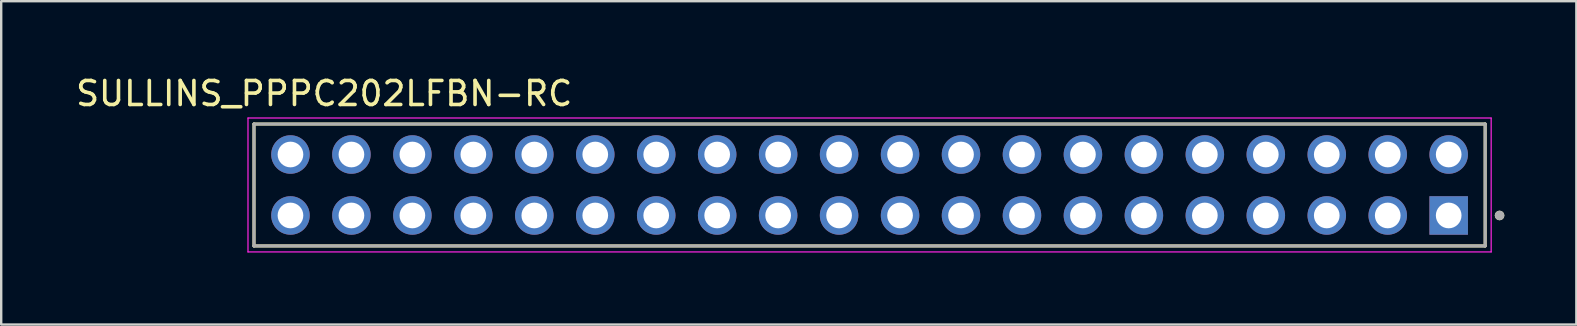
<source format=kicad_pcb>
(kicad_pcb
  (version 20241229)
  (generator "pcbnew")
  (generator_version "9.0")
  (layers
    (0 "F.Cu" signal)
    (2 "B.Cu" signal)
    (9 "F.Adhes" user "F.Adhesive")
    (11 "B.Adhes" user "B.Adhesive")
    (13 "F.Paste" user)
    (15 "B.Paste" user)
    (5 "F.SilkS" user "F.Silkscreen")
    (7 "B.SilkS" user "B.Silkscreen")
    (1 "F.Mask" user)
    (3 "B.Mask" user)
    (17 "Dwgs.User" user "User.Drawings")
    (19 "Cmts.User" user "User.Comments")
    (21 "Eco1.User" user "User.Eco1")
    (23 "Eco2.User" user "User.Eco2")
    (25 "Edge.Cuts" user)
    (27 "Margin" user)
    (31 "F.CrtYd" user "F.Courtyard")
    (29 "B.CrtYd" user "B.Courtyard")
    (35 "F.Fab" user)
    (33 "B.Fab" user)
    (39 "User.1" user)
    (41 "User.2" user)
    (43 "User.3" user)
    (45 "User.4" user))
  (footprint "SULLINS_PPPC202LFBN-RC"
    (layer "F.Cu")
    (at 33.183 4.658)
    (property "Reference" "SULLINS_PPPC202LFBN-RC" (at -22.725 -3.81 0) (layer "F.SilkS") (effects (font (size 1 1) (thickness 0.15))))
    (attr through_hole)
    (fp_line (start -25.65 -2.54) (end 25.65 -2.54) (stroke (width 0.127) (type solid)) (layer "F.SilkS"))
    (fp_line (start -25.65 2.54) (end -25.65 -2.54) (stroke (width 0.127) (type solid)) (layer "F.SilkS"))
    (fp_line (start 25.65 -2.54) (end 25.65 2.54) (stroke (width 0.127) (type solid)) (layer "F.SilkS"))
    (fp_line (start 25.65 2.54) (end -25.65 2.54) (stroke (width 0.127) (type solid)) (layer "F.SilkS"))
    (fp_circle (center 26.25 1.27) (end 26.35 1.27) (stroke (width 0.2) (type solid)) (fill no) (layer "F.SilkS"))
    (fp_line (start -25.9 -2.79) (end 25.9 -2.79) (stroke (width 0.05) (type solid)) (layer "F.CrtYd"))
    (fp_line (start -25.9 2.79) (end -25.9 -2.79) (stroke (width 0.05) (type solid)) (layer "F.CrtYd"))
    (fp_line (start 25.9 -2.79) (end 25.9 2.79) (stroke (width 0.05) (type solid)) (layer "F.CrtYd"))
    (fp_line (start 25.9 2.79) (end -25.9 2.79) (stroke (width 0.05) (type solid)) (layer "F.CrtYd"))
    (fp_line (start -25.65 -2.54) (end 25.65 -2.54) (stroke (width 0.127) (type solid)) (layer "F.Fab"))
    (fp_line (start -25.65 2.54) (end -25.65 -2.54) (stroke (width 0.127) (type solid)) (layer "F.Fab"))
    (fp_line (start 25.65 -2.54) (end 25.65 2.54) (stroke (width 0.127) (type solid)) (layer "F.Fab"))
    (fp_line (start 25.65 2.54) (end -25.65 2.54) (stroke (width 0.127) (type solid)) (layer "F.Fab"))
    (fp_circle (center 26.25 1.27) (end 26.35 1.27) (stroke (width 0.2) (type solid)) (fill no) (layer "F.Fab"))
    (pad "1" thru_hole rect (at 24.13 1.27) (size 1.605 1.605) (drill 1.07) (layers "*.Cu" "*.Mask"))
    (pad "2" thru_hole circle (at 24.13 -1.27) (size 1.605 1.605) (drill 1.07) (layers "*.Cu" "*.Mask"))
    (pad "3" thru_hole circle (at 21.59 1.27) (size 1.605 1.605) (drill 1.07) (layers "*.Cu" "*.Mask"))
    (pad "4" thru_hole circle (at 21.59 -1.27) (size 1.605 1.605) (drill 1.07) (layers "*.Cu" "*.Mask"))
    (pad "5" thru_hole circle (at 19.05 1.27) (size 1.605 1.605) (drill 1.07) (layers "*.Cu" "*.Mask"))
    (pad "6" thru_hole circle (at 19.05 -1.27) (size 1.605 1.605) (drill 1.07) (layers "*.Cu" "*.Mask"))
    (pad "7" thru_hole circle (at 16.51 1.27) (size 1.605 1.605) (drill 1.07) (layers "*.Cu" "*.Mask"))
    (pad "8" thru_hole circle (at 16.51 -1.27) (size 1.605 1.605) (drill 1.07) (layers "*.Cu" "*.Mask"))
    (pad "9" thru_hole circle (at 13.97 1.27) (size 1.605 1.605) (drill 1.07) (layers "*.Cu" "*.Mask"))
    (pad "10" thru_hole circle (at 13.97 -1.27) (size 1.605 1.605) (drill 1.07) (layers "*.Cu" "*.Mask"))
    (pad "11" thru_hole circle (at 11.43 1.27) (size 1.605 1.605) (drill 1.07) (layers "*.Cu" "*.Mask"))
    (pad "12" thru_hole circle (at 11.43 -1.27) (size 1.605 1.605) (drill 1.07) (layers "*.Cu" "*.Mask"))
    (pad "13" thru_hole circle (at 8.89 1.27) (size 1.605 1.605) (drill 1.07) (layers "*.Cu" "*.Mask"))
    (pad "14" thru_hole circle (at 8.89 -1.27) (size 1.605 1.605) (drill 1.07) (layers "*.Cu" "*.Mask"))
    (pad "15" thru_hole circle (at 6.35 1.27) (size 1.605 1.605) (drill 1.07) (layers "*.Cu" "*.Mask"))
    (pad "16" thru_hole circle (at 6.35 -1.27) (size 1.605 1.605) (drill 1.07) (layers "*.Cu" "*.Mask"))
    (pad "17" thru_hole circle (at 3.81 1.27) (size 1.605 1.605) (drill 1.07) (layers "*.Cu" "*.Mask"))
    (pad "18" thru_hole circle (at 3.81 -1.27) (size 1.605 1.605) (drill 1.07) (layers "*.Cu" "*.Mask"))
    (pad "19" thru_hole circle (at 1.27 1.27) (size 1.605 1.605) (drill 1.07) (layers "*.Cu" "*.Mask"))
    (pad "20" thru_hole circle (at 1.27 -1.27) (size 1.605 1.605) (drill 1.07) (layers "*.Cu" "*.Mask"))
    (pad "21" thru_hole circle (at -1.27 1.27) (size 1.605 1.605) (drill 1.07) (layers "*.Cu" "*.Mask"))
    (pad "22" thru_hole circle (at -1.27 -1.27) (size 1.605 1.605) (drill 1.07) (layers "*.Cu" "*.Mask"))
    (pad "23" thru_hole circle (at -3.81 1.27) (size 1.605 1.605) (drill 1.07) (layers "*.Cu" "*.Mask"))
    (pad "24" thru_hole circle (at -3.81 -1.27) (size 1.605 1.605) (drill 1.07) (layers "*.Cu" "*.Mask"))
    (pad "25" thru_hole circle (at -6.35 1.27) (size 1.605 1.605) (drill 1.07) (layers "*.Cu" "*.Mask"))
    (pad "26" thru_hole circle (at -6.35 -1.27) (size 1.605 1.605) (drill 1.07) (layers "*.Cu" "*.Mask"))
    (pad "27" thru_hole circle (at -8.89 1.27) (size 1.605 1.605) (drill 1.07) (layers "*.Cu" "*.Mask"))
    (pad "28" thru_hole circle (at -8.89 -1.27) (size 1.605 1.605) (drill 1.07) (layers "*.Cu" "*.Mask"))
    (pad "29" thru_hole circle (at -11.43 1.27) (size 1.605 1.605) (drill 1.07) (layers "*.Cu" "*.Mask"))
    (pad "30" thru_hole circle (at -11.43 -1.27) (size 1.605 1.605) (drill 1.07) (layers "*.Cu" "*.Mask"))
    (pad "31" thru_hole circle (at -13.97 1.27) (size 1.605 1.605) (drill 1.07) (layers "*.Cu" "*.Mask"))
    (pad "32" thru_hole circle (at -13.97 -1.27) (size 1.605 1.605) (drill 1.07) (layers "*.Cu" "*.Mask"))
    (pad "33" thru_hole circle (at -16.51 1.27) (size 1.605 1.605) (drill 1.07) (layers "*.Cu" "*.Mask"))
    (pad "34" thru_hole circle (at -16.51 -1.27) (size 1.605 1.605) (drill 1.07) (layers "*.Cu" "*.Mask"))
    (pad "35" thru_hole circle (at -19.05 1.27) (size 1.605 1.605) (drill 1.07) (layers "*.Cu" "*.Mask"))
    (pad "36" thru_hole circle (at -19.05 -1.27) (size 1.605 1.605) (drill 1.07) (layers "*.Cu" "*.Mask"))
    (pad "37" thru_hole circle (at -21.59 1.27) (size 1.605 1.605) (drill 1.07) (layers "*.Cu" "*.Mask"))
    (pad "38" thru_hole circle (at -21.59 -1.27) (size 1.605 1.605) (drill 1.07) (layers "*.Cu" "*.Mask"))
    (pad "39" thru_hole circle (at -24.13 1.27) (size 1.605 1.605) (drill 1.07) (layers "*.Cu" "*.Mask"))
    (pad "40" thru_hole circle (at -24.13 -1.27) (size 1.605 1.605) (drill 1.07) (layers "*.Cu" "*.Mask")))
  (gr_rect
    (start -3 -3)
    (end 62.633 10.473)
    (stroke (width 0.1) (type default))
    (fill no)
    (layer "Edge.Cuts")))
</source>
